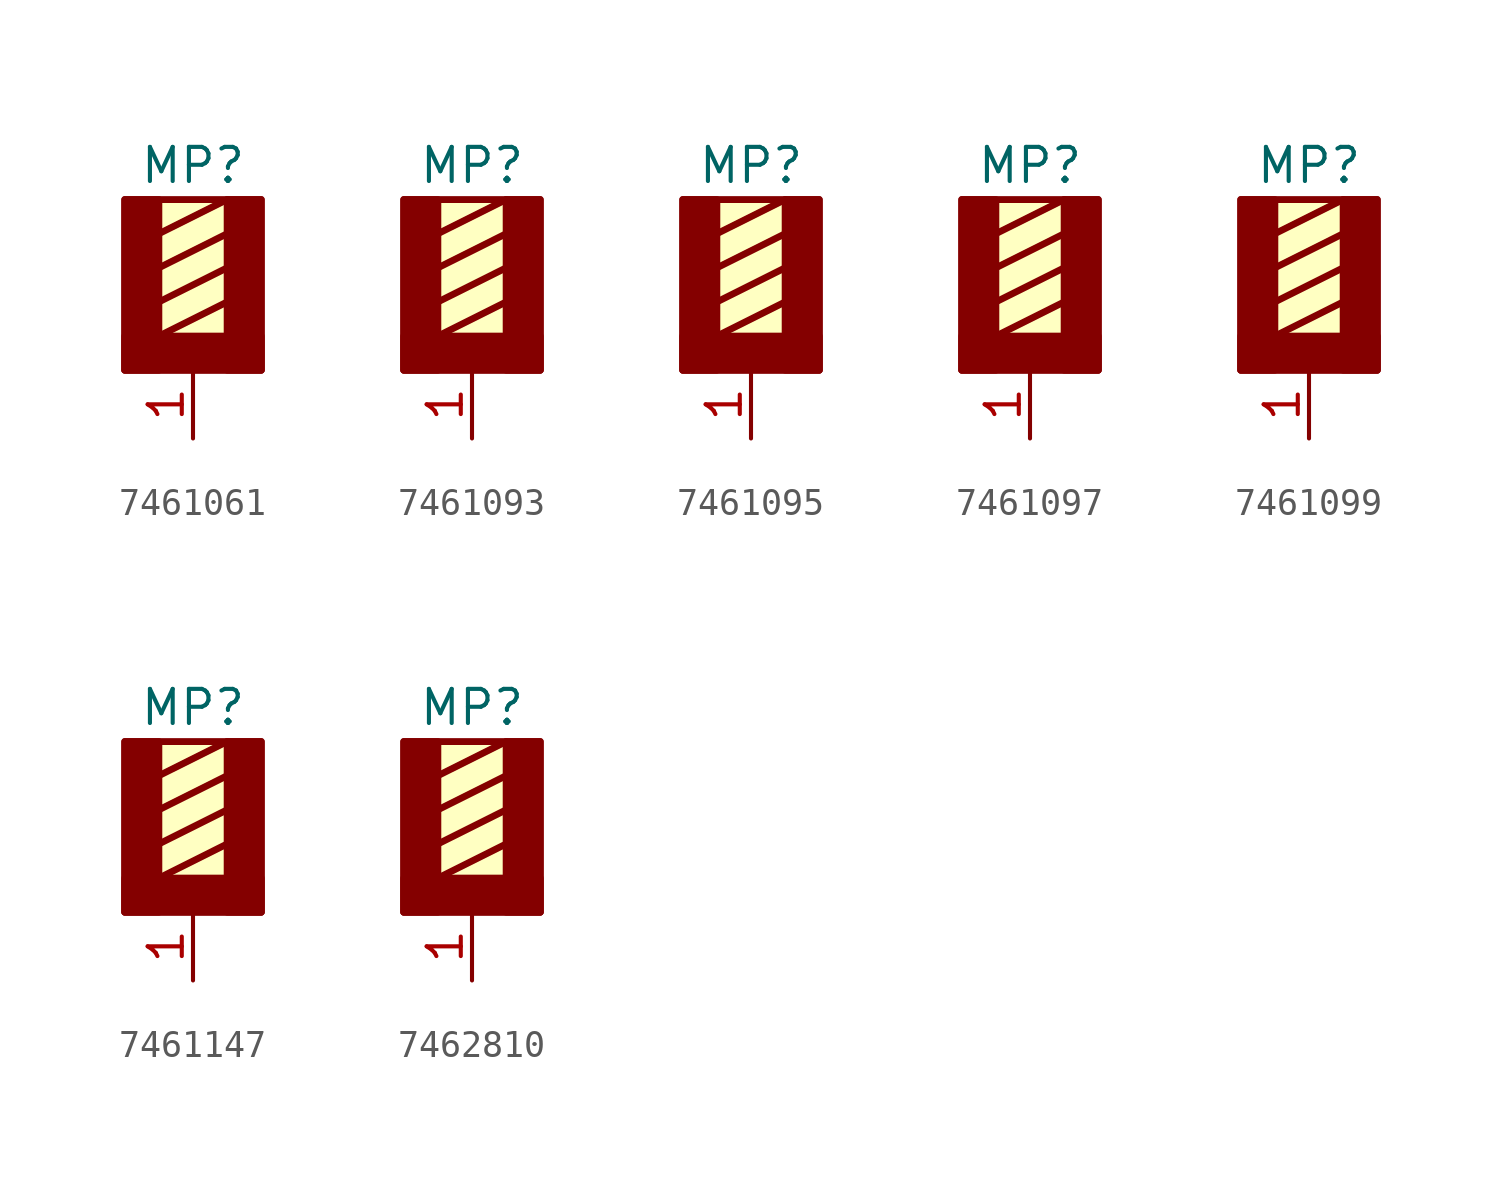
<source format=kicad_sym>
(kicad_symbol_lib
  (version 20220914)
  (generator kicad_symbol_editor)
  (symbol "7461061"
    (pin_names hide)
    (property "Reference" "MP"
      (at 0 5.08 0)
      (effects (font (size 1.27 1.27))))
    (symbol "7461061_0_0"
      (rectangle (start -2.54 3.81) (end 2.54 -2.54) (stroke (width 0.254) (type default)) (fill (type background)))
      (polyline (pts (xy -1.27 2.54) (xy 1.27 3.81)) (stroke (width 0.254) (type default)) (fill (type none)))
      (polyline (pts (xy 1.27 0) (xy -1.27 -1.27)) (stroke (width 0.254) (type default)) (fill (type none)))
      (polyline (pts (xy 1.27 1.27) (xy -1.27 0)) (stroke (width 0.254) (type default)) (fill (type none)))
      (polyline (pts (xy 1.27 2.54) (xy -1.27 1.27)) (stroke (width 0.254) (type default)) (fill (type none))))
    (symbol "7461061_1_0"
      (rectangle (start -2.54 -1.27) (end 2.54 -2.54) (stroke (width 0.254) (type default)) (fill (type outline)))
      (rectangle (start -2.54 3.81) (end -1.27 -2.54) (stroke (width 0.254) (type default)) (fill (type outline)))
      (rectangle (start 1.27 3.81) (end 2.54 -2.54) (stroke (width 0.254) (type default)) (fill (type outline)))
      (pin passive line (at 0 -5.08 90) (length 2.54) (name "1" (effects (font (size 1.27 1.27)))) (number "1" (effects (font (size 1.27 1.27)))))))
  (symbol "7461093"
    (pin_names hide)
    (property "Reference" "MP"
      (at 0 5.08 0)
      (effects (font (size 1.27 1.27))))
    (symbol "7461093_0_0"
      (rectangle (start -2.54 3.81) (end 2.54 -2.54) (stroke (width 0.254) (type default)) (fill (type background)))
      (polyline (pts (xy -1.27 2.54) (xy 1.27 3.81)) (stroke (width 0.254) (type default)) (fill (type none)))
      (polyline (pts (xy 1.27 0) (xy -1.27 -1.27)) (stroke (width 0.254) (type default)) (fill (type none)))
      (polyline (pts (xy 1.27 1.27) (xy -1.27 0)) (stroke (width 0.254) (type default)) (fill (type none)))
      (polyline (pts (xy 1.27 2.54) (xy -1.27 1.27)) (stroke (width 0.254) (type default)) (fill (type none))))
    (symbol "7461093_1_0"
      (rectangle (start -2.54 -1.27) (end 2.54 -2.54) (stroke (width 0.254) (type default)) (fill (type outline)))
      (rectangle (start -2.54 3.81) (end -1.27 -2.54) (stroke (width 0.254) (type default)) (fill (type outline)))
      (rectangle (start 1.27 3.81) (end 2.54 -2.54) (stroke (width 0.254) (type default)) (fill (type outline)))
      (pin passive line (at 0 -5.08 90) (length 2.54) (name "1" (effects (font (size 1.27 1.27)))) (number "1" (effects (font (size 1.27 1.27)))))))
  (symbol "7461095"
    (pin_names hide)
    (property "Reference" "MP"
      (at 0 5.08 0)
      (effects (font (size 1.27 1.27))))
    (symbol "7461095_0_0"
      (rectangle (start -2.54 3.81) (end 2.54 -2.54) (stroke (width 0.254) (type default)) (fill (type background)))
      (polyline (pts (xy -1.27 2.54) (xy 1.27 3.81)) (stroke (width 0.254) (type default)) (fill (type none)))
      (polyline (pts (xy 1.27 0) (xy -1.27 -1.27)) (stroke (width 0.254) (type default)) (fill (type none)))
      (polyline (pts (xy 1.27 1.27) (xy -1.27 0)) (stroke (width 0.254) (type default)) (fill (type none)))
      (polyline (pts (xy 1.27 2.54) (xy -1.27 1.27)) (stroke (width 0.254) (type default)) (fill (type none))))
    (symbol "7461095_1_0"
      (rectangle (start -2.54 -1.27) (end 2.54 -2.54) (stroke (width 0.254) (type default)) (fill (type outline)))
      (rectangle (start -2.54 3.81) (end -1.27 -2.54) (stroke (width 0.254) (type default)) (fill (type outline)))
      (rectangle (start 1.27 3.81) (end 2.54 -2.54) (stroke (width 0.254) (type default)) (fill (type outline)))
      (pin passive line (at 0 -5.08 90) (length 2.54) (name "1" (effects (font (size 1.27 1.27)))) (number "1" (effects (font (size 1.27 1.27)))))))
  (symbol "7461097"
    (pin_names hide)
    (property "Reference" "MP"
      (at 0 5.08 0)
      (effects (font (size 1.27 1.27))))
    (symbol "7461097_0_0"
      (rectangle (start -2.54 3.81) (end 2.54 -2.54) (stroke (width 0.254) (type default)) (fill (type background)))
      (polyline (pts (xy -1.27 2.54) (xy 1.27 3.81)) (stroke (width 0.254) (type default)) (fill (type none)))
      (polyline (pts (xy 1.27 0) (xy -1.27 -1.27)) (stroke (width 0.254) (type default)) (fill (type none)))
      (polyline (pts (xy 1.27 1.27) (xy -1.27 0)) (stroke (width 0.254) (type default)) (fill (type none)))
      (polyline (pts (xy 1.27 2.54) (xy -1.27 1.27)) (stroke (width 0.254) (type default)) (fill (type none))))
    (symbol "7461097_1_0"
      (rectangle (start -2.54 -1.27) (end 2.54 -2.54) (stroke (width 0.254) (type default)) (fill (type outline)))
      (rectangle (start -2.54 3.81) (end -1.27 -2.54) (stroke (width 0.254) (type default)) (fill (type outline)))
      (rectangle (start 1.27 3.81) (end 2.54 -2.54) (stroke (width 0.254) (type default)) (fill (type outline)))
      (pin passive line (at 0 -5.08 90) (length 2.54) (name "1" (effects (font (size 1.27 1.27)))) (number "1" (effects (font (size 1.27 1.27)))))))
  (symbol "7461099"
    (pin_names hide)
    (property "Reference" "MP"
      (at 0 5.08 0)
      (effects (font (size 1.27 1.27))))
    (symbol "7461099_0_0"
      (rectangle (start -2.54 3.81) (end 2.54 -2.54) (stroke (width 0.254) (type default)) (fill (type background)))
      (polyline (pts (xy -1.27 2.54) (xy 1.27 3.81)) (stroke (width 0.254) (type default)) (fill (type none)))
      (polyline (pts (xy 1.27 0) (xy -1.27 -1.27)) (stroke (width 0.254) (type default)) (fill (type none)))
      (polyline (pts (xy 1.27 1.27) (xy -1.27 0)) (stroke (width 0.254) (type default)) (fill (type none)))
      (polyline (pts (xy 1.27 2.54) (xy -1.27 1.27)) (stroke (width 0.254) (type default)) (fill (type none))))
    (symbol "7461099_1_0"
      (rectangle (start -2.54 -1.27) (end 2.54 -2.54) (stroke (width 0.254) (type default)) (fill (type outline)))
      (rectangle (start -2.54 3.81) (end -1.27 -2.54) (stroke (width 0.254) (type default)) (fill (type outline)))
      (rectangle (start 1.27 3.81) (end 2.54 -2.54) (stroke (width 0.254) (type default)) (fill (type outline)))
      (pin passive line (at 0 -5.08 90) (length 2.54) (name "1" (effects (font (size 1.27 1.27)))) (number "1" (effects (font (size 1.27 1.27)))))))
  (symbol "7461147"
    (pin_names hide)
    (property "Reference" "MP"
      (at 0 5.08 0)
      (effects (font (size 1.27 1.27))))
    (symbol "7461147_0_0"
      (rectangle (start -2.54 3.81) (end 2.54 -2.54) (stroke (width 0.254) (type default)) (fill (type background)))
      (polyline (pts (xy -1.27 2.54) (xy 1.27 3.81)) (stroke (width 0.254) (type default)) (fill (type none)))
      (polyline (pts (xy 1.27 0) (xy -1.27 -1.27)) (stroke (width 0.254) (type default)) (fill (type none)))
      (polyline (pts (xy 1.27 1.27) (xy -1.27 0)) (stroke (width 0.254) (type default)) (fill (type none)))
      (polyline (pts (xy 1.27 2.54) (xy -1.27 1.27)) (stroke (width 0.254) (type default)) (fill (type none))))
    (symbol "7461147_1_0"
      (rectangle (start -2.54 -1.27) (end 2.54 -2.54) (stroke (width 0.254) (type default)) (fill (type outline)))
      (rectangle (start -2.54 3.81) (end -1.27 -2.54) (stroke (width 0.254) (type default)) (fill (type outline)))
      (rectangle (start 1.27 3.81) (end 2.54 -2.54) (stroke (width 0.254) (type default)) (fill (type outline)))
      (pin passive line (at 0 -5.08 90) (length 2.54) (name "1" (effects (font (size 1.27 1.27)))) (number "1" (effects (font (size 1.27 1.27)))))))
  (symbol "7462810"
    (pin_names hide)
    (property "Reference" "MP"
      (at 0 5.08 0)
      (effects (font (size 1.27 1.27))))
    (symbol "7462810_0_0"
      (rectangle (start -2.54 3.81) (end 2.54 -2.54) (stroke (width 0.254) (type default)) (fill (type background)))
      (polyline (pts (xy -1.27 2.54) (xy 1.27 3.81)) (stroke (width 0.254) (type default)) (fill (type none)))
      (polyline (pts (xy 1.27 0) (xy -1.27 -1.27)) (stroke (width 0.254) (type default)) (fill (type none)))
      (polyline (pts (xy 1.27 1.27) (xy -1.27 0)) (stroke (width 0.254) (type default)) (fill (type none)))
      (polyline (pts (xy 1.27 2.54) (xy -1.27 1.27)) (stroke (width 0.254) (type default)) (fill (type none))))
    (symbol "7462810_1_0"
      (rectangle (start -2.54 -1.27) (end 2.54 -2.54) (stroke (width 0.254) (type default)) (fill (type outline)))
      (rectangle (start -2.54 3.81) (end -1.27 -2.54) (stroke (width 0.254) (type default)) (fill (type outline)))
      (rectangle (start 1.27 3.81) (end 2.54 -2.54) (stroke (width 0.254) (type default)) (fill (type outline)))
      (pin passive line (at 0 -5.08 90) (length 2.54) (name "1" (effects (font (size 1.27 1.27)))) (number "1" (effects (font (size 1.27 1.27))))))))
</source>
